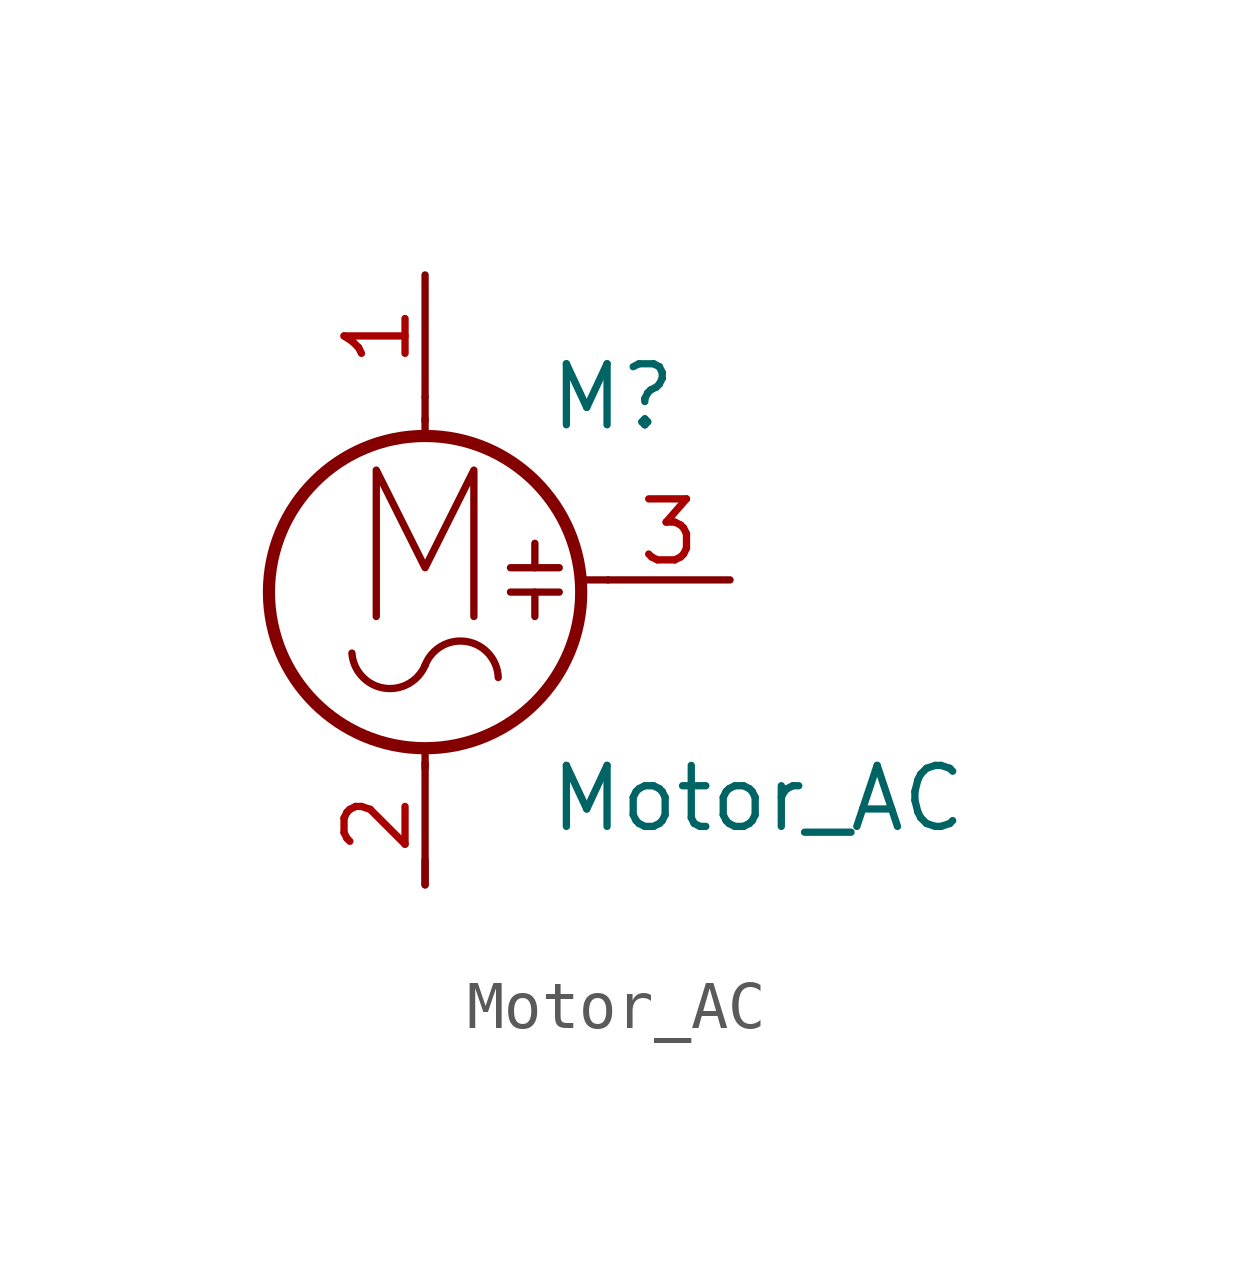
<source format=kicad_sym>
(kicad_symbol_lib
  (version 20231120)
  (generator "kicad_symbol_editor")
  (generator_version "8.0")
  (symbol "Motor_AC"
    (pin_names
      (offset 0))
    (property "Reference" "M"
      (at 2.54 2.54 0)
      (effects (font (size 1.27 1.27)) (justify left)))
    (property "Value" "Motor_AC"
      (at 2.54 -5.08 0)
      (effects (font (size 1.27 1.27)) (justify left top)))
    (symbol "Motor_AC_0_0"
      (arc (start -1.524 -2.794) (mid -0.8654 -3.5217) (end 0 -3.048) (stroke (width 0) (type default)) (fill (type none)))
      (polyline (pts (xy -1.016 -2.032) (xy -1.016 1.016) (xy 0 -1.016) (xy 1.016 1.016) (xy 1.016 -2.032)) (stroke (width 0) (type default)) (fill (type none)))
      (arc (start 1.524 -3.302) (mid 0.85 -2.5503) (end 0 -3.048) (stroke (width 0) (type default)) (fill (type none))))
    (symbol "Motor_AC_0_1"
      (circle (center 0 -1.524) (radius 3.251) (stroke (width 0.254) (type default)) (fill (type none)))
      (polyline (pts (xy 0 -7.62) (xy 0 -7.112)) (stroke (width 0) (type default)) (fill (type none)))
      (polyline (pts (xy 0 -4.775) (xy 0 -5.182)) (stroke (width 0) (type default)) (fill (type none)))
      (polyline (pts (xy 0 1.727) (xy 0 2.083)) (stroke (width 0) (type default)) (fill (type none)))
      (polyline (pts (xy 0 2.032) (xy 0 2.54)) (stroke (width 0) (type default)) (fill (type none)))
      (polyline (pts (xy 1.778 -1.524) (xy 2.794 -1.524)) (stroke (width 0) (type default)) (fill (type none)))
      (polyline (pts (xy 1.778 -1.016) (xy 2.794 -1.016)) (stroke (width 0) (type default)) (fill (type none)))
      (polyline (pts (xy 2.286 -1.524) (xy 2.286 -2.032)) (stroke (width 0) (type default)) (fill (type none)))
      (polyline (pts (xy 2.286 -1.016) (xy 2.286 -0.508)) (stroke (width 0) (type default)) (fill (type none)))
      (polyline (pts (xy 3.81 -1.27) (xy 3.302 -1.27)) (stroke (width 0) (type default)) (fill (type none))))
    (symbol "Motor_AC_1_1"
      (pin passive line (at 0 5.08 270) (length 2.54) (name "~" (effects (font (size 1.27 1.27)))) (number "1" (effects (font (size 1.27 1.27)))))
      (pin passive line (at 0 -7.62 90) (length 2.54) (name "~" (effects (font (size 1.27 1.27)))) (number "2" (effects (font (size 1.27 1.27)))))
      (pin passive line (at 6.35 -1.27 180) (length 2.54) (name "~" (effects (font (size 1.27 1.27)))) (number "3" (effects (font (size 1.27 1.27))))))))
</source>
